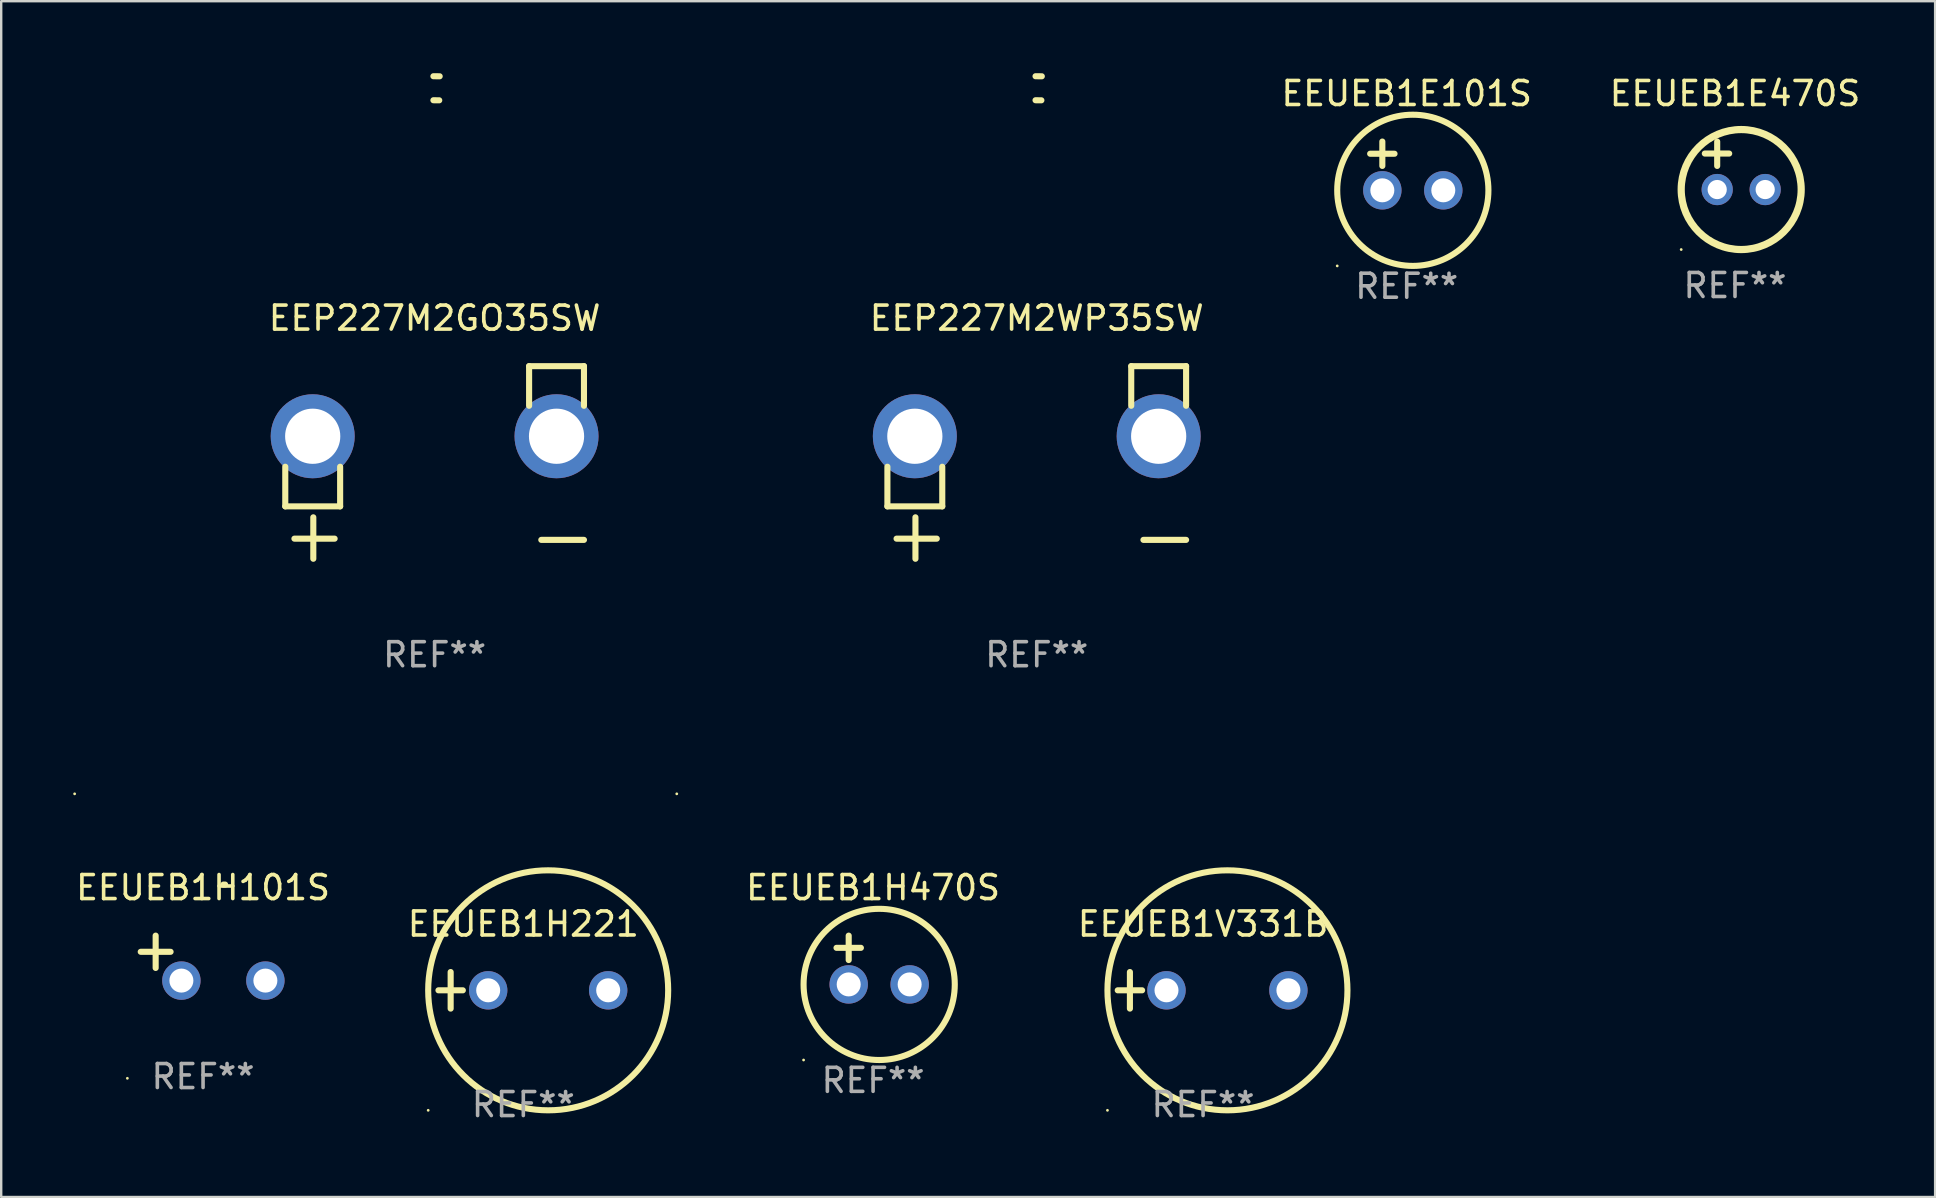
<source format=kicad_pcb>
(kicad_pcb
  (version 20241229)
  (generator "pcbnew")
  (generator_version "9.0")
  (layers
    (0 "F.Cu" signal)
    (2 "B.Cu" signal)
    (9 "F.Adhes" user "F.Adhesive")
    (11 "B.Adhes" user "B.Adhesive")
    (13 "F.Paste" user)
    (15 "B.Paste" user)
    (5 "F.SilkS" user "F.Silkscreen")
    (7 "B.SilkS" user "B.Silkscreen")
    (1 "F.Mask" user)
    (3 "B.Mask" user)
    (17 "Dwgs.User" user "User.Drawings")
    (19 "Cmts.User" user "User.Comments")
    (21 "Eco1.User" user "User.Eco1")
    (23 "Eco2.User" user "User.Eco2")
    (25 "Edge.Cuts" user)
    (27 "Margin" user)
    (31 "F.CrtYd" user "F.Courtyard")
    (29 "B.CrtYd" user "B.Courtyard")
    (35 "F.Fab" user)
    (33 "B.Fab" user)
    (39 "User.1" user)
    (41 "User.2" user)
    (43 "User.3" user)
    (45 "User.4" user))
  (footprint "EEUEB1H470S"
    (layer "F.Cu")
    (at 33.33 36.953)
    (property "Reference" "EEUEB1H470S" (at 0 -3.016 0) (layer "F.SilkS") (effects (font (size 1 1) (thickness 0.15))))
    (attr through_hole)
    (fp_line (start -1.524 -0.508) (end -0.508 -0.508) (stroke (width 0.254) (type solid)) (layer "F.SilkS"))
    (fp_line (start -1.016 -1.016) (end -1.016 0) (stroke (width 0.254) (type solid)) (layer "F.SilkS"))
    (fp_circle (center -2.896 4.166) (end -2.866 4.166) (stroke (width 0.06) (type solid)) (fill no) (layer "F.SilkS"))
    (fp_circle (center 0.254 1.016) (end 3.404 1.016) (stroke (width 0.254) (type solid)) (fill no) (layer "F.SilkS"))
    (fp_text user "REF**" (at 0 5.016 0) (layer "F.Fab") (effects (font (size 1 1) (thickness 0.15))))
    (pad "1" thru_hole circle (at -1.016 1.016) (size 1.6 1.6) (drill 1) (layers "*.Cu" "*.Mask"))
    (pad "2" thru_hole circle (at 1.524 1.016) (size 1.6 1.6) (drill 1) (layers "*.Cu" "*.Mask")))
  (footprint "EEUEB1H101S"
    (layer "F.Cu")
    (at 5.411 36.873)
    (property "Reference" "EEUEB1H101S" (at 0 -2.937 0) (layer "F.SilkS") (effects (font (size 1 1) (thickness 0.15))))
    (attr through_hole)
    (fp_line (start -1.975 0.41) (end -1.975 -0.937) (stroke (width 0.254) (type solid)) (layer "F.SilkS"))
    (fp_line (start -1.353 -0.263) (end -2.597 -0.263) (stroke (width 0.254) (type solid)) (layer "F.SilkS"))
    (fp_arc (start 0.849809 -3.063957) (mid 0.885369 -3.064114) (end 0.920929 -3.063957) (stroke (width 0.254001) (type solid)) (layer "F.SilkS"))
    (fp_circle (center -3.154 5.008) (end -3.124 5.008) (stroke (width 0.06) (type solid)) (fill no) (layer "F.SilkS"))
    (fp_text user "REF**" (at 0 4.937 0) (layer "F.Fab") (effects (font (size 1 1) (thickness 0.15))))
    (pad "1" thru_hole circle (at -0.903 0.937) (size 1.6 1.6) (drill 1) (layers "*.Cu" "*.Mask"))
    (pad "2" thru_hole circle (at 2.597 0.937) (size 1.6 1.6) (drill 1) (layers "*.Cu" "*.Mask")))
  (footprint "EEUEB1E101S"
    (layer "F.Cu")
    (at 55.566 3.864)
    (property "Reference" "EEUEB1E101S" (at 0 -3.016 0) (layer "F.SilkS") (effects (font (size 1 1) (thickness 0.15))))
    (attr through_hole)
    (fp_line (start -1.524 -0.508) (end -0.508 -0.508) (stroke (width 0.254) (type solid)) (layer "F.SilkS"))
    (fp_line (start -1.016 -1.016) (end -1.016 0) (stroke (width 0.254) (type solid)) (layer "F.SilkS"))
    (fp_circle (center -2.896 4.166) (end -2.866 4.166) (stroke (width 0.06) (type solid)) (fill no) (layer "F.SilkS"))
    (fp_circle (center 0.254 1.016) (end 3.404 1.016) (stroke (width 0.254) (type solid)) (fill no) (layer "F.SilkS"))
    (fp_text user "REF**" (at 0 5.016 0) (layer "F.Fab") (effects (font (size 1 1) (thickness 0.15))))
    (pad "1" thru_hole circle (at -1.016 1.016) (size 1.6 1.6) (drill 1) (layers "*.Cu" "*.Mask"))
    (pad "2" thru_hole circle (at 1.524 1.016) (size 1.6 1.6) (drill 1) (layers "*.Cu" "*.Mask")))
  (footprint "EEP227M2WP35SW"
    (layer "F.Cu")
    (at 40.15 16.22)
    (property "Reference" "EEP227M2WP35SW" (at 0 -6.013 0) (layer "F.SilkS") (effects (font (size 1 1) (thickness 0.15))))
    (attr through_hole)
    (fp_line (start -6.223 0.178) (end -6.223 1.829) (stroke (width 0.254) (type solid)) (layer "F.SilkS"))
    (fp_line (start -6.223 1.829) (end -3.937 1.829) (stroke (width 0.254) (type solid)) (layer "F.SilkS"))
    (fp_line (start -5.055 4.013) (end -5.055 2.286) (stroke (width 0.254) (type solid)) (layer "F.SilkS"))
    (fp_line (start -4.166 3.175) (end -5.842 3.175) (stroke (width 0.254) (type solid)) (layer "F.SilkS"))
    (fp_line (start -3.937 1.829) (end -3.937 0.178) (stroke (width 0.254) (type solid)) (layer "F.SilkS"))
    (fp_line (start 3.937 -4.013) (end 3.937 -2.362) (stroke (width 0.254) (type solid)) (layer "F.SilkS"))
    (fp_line (start 6.223 -4.013) (end 3.937 -4.013) (stroke (width 0.254) (type solid)) (layer "F.SilkS"))
    (fp_line (start 6.223 -2.362) (end 6.223 -4.013) (stroke (width 0.254) (type solid)) (layer "F.SilkS"))
    (fp_line (start 6.223 3.226) (end 4.445 3.226) (stroke (width 0.254) (type solid)) (layer "F.SilkS"))
    (fp_arc (start -0.0508 -16.093472) (mid 0.080016 -16.092762) (end 0.210821 -16.090932) (stroke (width 0.254001) (type solid)) (layer "F.SilkS"))
    (fp_arc (start -0.0508 -15.09271) (mid 0.071125 -15.091961) (end 0.19304 -15.09017) (stroke (width 0.254001) (type solid)) (layer "F.SilkS"))
    (fp_circle (center -15 13.808) (end -14.97 13.808) (stroke (width 0.06) (type solid)) (fill no) (layer "F.SilkS"))
    (fp_text user "REF**" (at 0 8.013 0) (layer "F.Fab") (effects (font (size 1 1) (thickness 0.15))))
    (pad "1" thru_hole circle (at -5.08 -1.092) (size 3.5 3.5) (drill 2.3) (layers "*.Cu" "*.Mask"))
    (pad "2" thru_hole circle (at 5.08 -1.092) (size 3.5 3.5) (drill 2.3) (layers "*.Cu" "*.Mask")))
  (footprint "EEUEB1E470S"
    (layer "F.Cu")
    (at 69.245 3.848)
    (property "Reference" "EEUEB1E470S" (at 0 -3 0) (layer "F.SilkS") (effects (font (size 1 1) (thickness 0.15))))
    (attr through_hole)
    (fp_line (start -1.258 -0.5) (end -0.242 -0.5) (stroke (width 0.254) (type solid)) (layer "F.SilkS"))
    (fp_line (start -0.742 -1) (end -0.742 0.016) (stroke (width 0.254) (type solid)) (layer "F.SilkS"))
    (fp_circle (center -2.242 3.5) (end -2.212 3.5) (stroke (width 0.06) (type solid)) (fill no) (layer "F.SilkS"))
    (fp_circle (center 0.258 1) (end 2.758 1) (stroke (width 0.3) (type solid)) (fill no) (layer "F.SilkS"))
    (fp_text user "REF**" (at 0 5 0) (layer "F.Fab") (effects (font (size 1 1) (thickness 0.15))))
    (pad "1" thru_hole circle (at -0.742 1) (size 1.3 1.3) (drill 0.8) (layers "*.Cu" "*.Mask"))
    (pad "2" thru_hole circle (at 1.258 1) (size 1.3 1.3) (drill 0.8) (layers "*.Cu" "*.Mask")))
  (footprint "EEP227M2GO35SW"
    (layer "F.Cu")
    (at 15.06 16.22)
    (property "Reference" "EEP227M2GO35SW" (at 0 -6.013 0) (layer "F.SilkS") (effects (font (size 1 1) (thickness 0.15))))
    (attr through_hole)
    (fp_line (start -6.223 0.178) (end -6.223 1.829) (stroke (width 0.254) (type solid)) (layer "F.SilkS"))
    (fp_line (start -6.223 1.829) (end -3.937 1.829) (stroke (width 0.254) (type solid)) (layer "F.SilkS"))
    (fp_line (start -5.055 4.013) (end -5.055 2.286) (stroke (width 0.254) (type solid)) (layer "F.SilkS"))
    (fp_line (start -4.166 3.175) (end -5.842 3.175) (stroke (width 0.254) (type solid)) (layer "F.SilkS"))
    (fp_line (start -3.937 1.829) (end -3.937 0.178) (stroke (width 0.254) (type solid)) (layer "F.SilkS"))
    (fp_line (start 3.937 -4.013) (end 3.937 -2.362) (stroke (width 0.254) (type solid)) (layer "F.SilkS"))
    (fp_line (start 6.223 -4.013) (end 3.937 -4.013) (stroke (width 0.254) (type solid)) (layer "F.SilkS"))
    (fp_line (start 6.223 -2.362) (end 6.223 -4.013) (stroke (width 0.254) (type solid)) (layer "F.SilkS"))
    (fp_line (start 6.223 3.226) (end 4.445 3.226) (stroke (width 0.254) (type solid)) (layer "F.SilkS"))
    (fp_arc (start -0.0508 -16.093472) (mid 0.080016 -16.092762) (end 0.210821 -16.090932) (stroke (width 0.254001) (type solid)) (layer "F.SilkS"))
    (fp_arc (start -0.0508 -15.09271) (mid 0.071125 -15.091961) (end 0.19304 -15.09017) (stroke (width 0.254001) (type solid)) (layer "F.SilkS"))
    (fp_circle (center -15 13.808) (end -14.97 13.808) (stroke (width 0.06) (type solid)) (fill no) (layer "F.SilkS"))
    (fp_text user "REF**" (at 0 8.013 0) (layer "F.Fab") (effects (font (size 1 1) (thickness 0.15))))
    (pad "1" thru_hole circle (at -5.08 -1.092) (size 3.5 3.5) (drill 2.3) (layers "*.Cu" "*.Mask"))
    (pad "2" thru_hole circle (at 5.08 -1.092) (size 3.5 3.5) (drill 2.3) (layers "*.Cu" "*.Mask")))
  (footprint "EEUEB1H221"
    (layer "F.Cu")
    (at 18.756 38.215)
    (property "Reference" "EEUEB1H221" (at 0 -2.762 0) (layer "F.SilkS") (effects (font (size 1 1) (thickness 0.15))))
    (attr through_hole)
    (fp_line (start -3.536 0) (end -2.52 0) (stroke (width 0.254) (type solid)) (layer "F.SilkS"))
    (fp_line (start -3.028 -0.762) (end -3.028 0.762) (stroke (width 0.254) (type solid)) (layer "F.SilkS"))
    (fp_circle (center -3.964 5) (end -3.934 5) (stroke (width 0.06) (type solid)) (fill no) (layer "F.SilkS"))
    (fp_circle (center 1.036 0) (end 6.036 0) (stroke (width 0.254) (type solid)) (fill no) (layer "F.SilkS"))
    (fp_text user "REF**" (at 0 4.762 0) (layer "F.Fab") (effects (font (size 1 1) (thickness 0.15))))
    (pad "1" thru_hole circle (at -1.464 0) (size 1.6 1.6) (drill 1) (layers "*.Cu" "*.Mask"))
    (pad "2" thru_hole circle (at 3.536 0) (size 1.6 1.6) (drill 1) (layers "*.Cu" "*.Mask")))
  (footprint "EEUEB1V331B"
    (layer "F.Cu")
    (at 47.08 38.215)
    (property "Reference" "EEUEB1V331B" (at 0 -2.762 0) (layer "F.SilkS") (effects (font (size 1 1) (thickness 0.15))))
    (attr through_hole)
    (fp_line (start -3.556 0) (end -2.54 0) (stroke (width 0.254) (type solid)) (layer "F.SilkS"))
    (fp_line (start -3.048 -0.762) (end -3.048 0.762) (stroke (width 0.254) (type solid)) (layer "F.SilkS"))
    (fp_circle (center -3.984 5) (end -3.954 5) (stroke (width 0.06) (type solid)) (fill no) (layer "F.SilkS"))
    (fp_circle (center 1.016 0) (end 6.016 0) (stroke (width 0.254) (type solid)) (fill no) (layer "F.SilkS"))
    (fp_text user "REF**" (at 0 4.762 0) (layer "F.Fab") (effects (font (size 1 1) (thickness 0.15))))
    (pad "1" thru_hole circle (at -1.524 0) (size 1.6 1.6) (drill 1) (layers "*.Cu" "*.Mask"))
    (pad "2" thru_hole circle (at 3.556 0) (size 1.6 1.6) (drill 1) (layers "*.Cu" "*.Mask")))
  (gr_rect
    (start -3 -3)
    (end 77.584 46.826)
    (stroke (width 0.1) (type default))
    (fill no)
    (layer "Edge.Cuts")))
</source>
